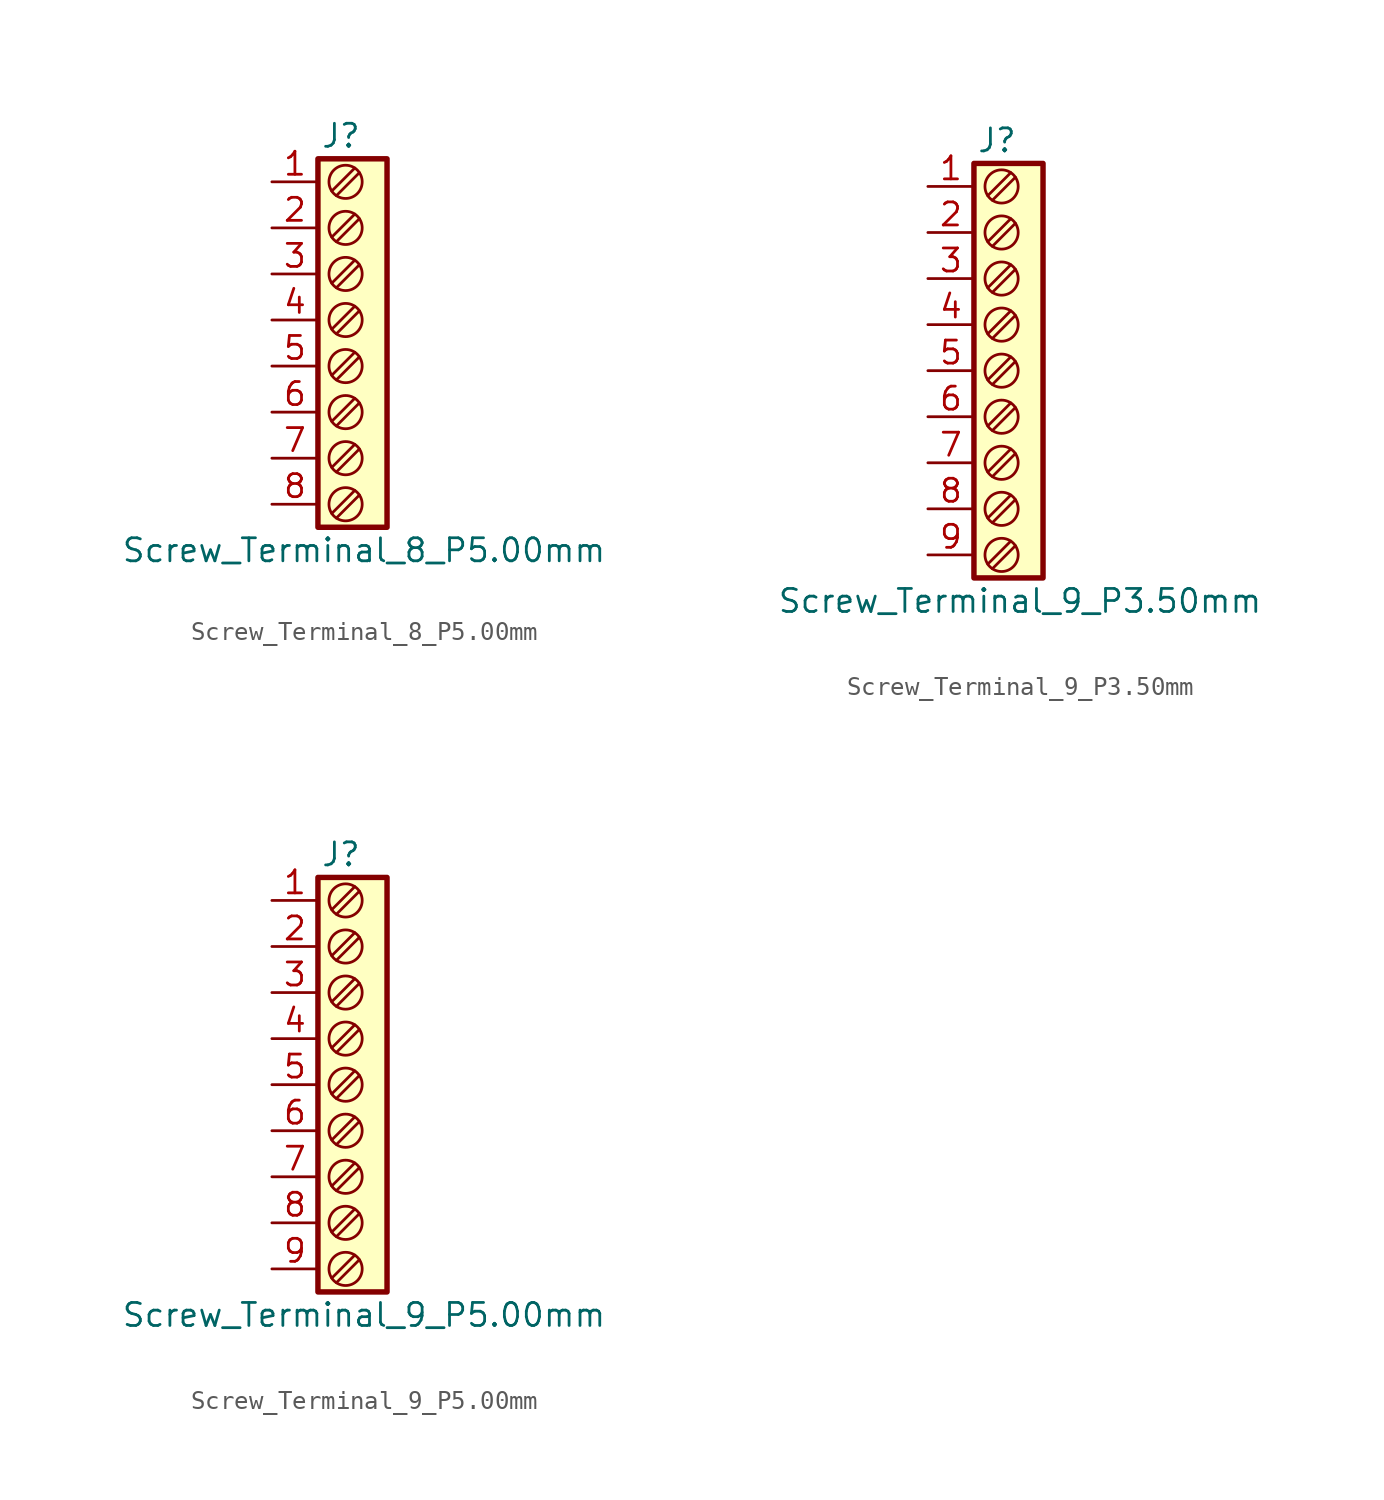
<source format=kicad_sym>
(kicad_symbol_lib
  (version 20220914)
  (generator kicad_symbol_editor)
  (symbol "Screw_Terminal_8_P5.00mm"
    (property "Reference" "J"
      (at 0 11.43 0)
      (effects (font (size 1.27 1.27))))
    (property "Value" "Screw_Terminal_8_P5.00mm"
      (at 1.27 -11.43 0)
      (effects (font (size 1.27 1.27))))
    (symbol "Screw_Terminal_8_P5.00mm_0_1"
      (rectangle (start -1.27 10.16) (end 2.54 -10.16) (stroke (width 0.3) (type default)) (fill (type background)))
      (polyline (pts (xy -0.254 -9.652) (xy 1.016 -8.382)) (stroke (width 0) (type default)) (fill (type none)))
      (polyline (pts (xy -0.254 -7.112) (xy 1.016 -5.842)) (stroke (width 0) (type default)) (fill (type none)))
      (polyline (pts (xy -0.254 -4.572) (xy 1.016 -3.302)) (stroke (width 0) (type default)) (fill (type none)))
      (polyline (pts (xy -0.254 -2.032) (xy 1.016 -0.762)) (stroke (width 0) (type default)) (fill (type none)))
      (polyline (pts (xy -0.254 0.508) (xy 1.016 1.778)) (stroke (width 0) (type default)) (fill (type none)))
      (polyline (pts (xy -0.254 3.048) (xy 1.016 4.318)) (stroke (width 0) (type default)) (fill (type none)))
      (polyline (pts (xy -0.254 5.588) (xy 1.016 6.858)) (stroke (width 0) (type default)) (fill (type none)))
      (polyline (pts (xy -0.254 8.128) (xy 1.016 9.398)) (stroke (width 0) (type default)) (fill (type none)))
      (polyline (pts (xy 0 -8.89) (xy -0.508 -9.398) (xy 0.762 -8.128)) (stroke (width 0) (type default)) (fill (type none)))
      (polyline (pts (xy 0 -6.35) (xy -0.508 -6.858) (xy 0.762 -5.588)) (stroke (width 0) (type default)) (fill (type none)))
      (polyline (pts (xy 0 -3.81) (xy -0.508 -4.318) (xy 0.762 -3.048)) (stroke (width 0) (type default)) (fill (type none)))
      (polyline (pts (xy 0 -1.27) (xy -0.508 -1.778) (xy 0.762 -0.508)) (stroke (width 0) (type default)) (fill (type none)))
      (polyline (pts (xy 0 1.27) (xy -0.508 0.762) (xy 0.762 2.032)) (stroke (width 0) (type default)) (fill (type none)))
      (polyline (pts (xy 0 3.81) (xy -0.508 3.302) (xy 0.762 4.572)) (stroke (width 0) (type default)) (fill (type none)))
      (polyline (pts (xy 0 6.35) (xy -0.508 5.842) (xy 0.762 7.112)) (stroke (width 0) (type default)) (fill (type none)))
      (polyline (pts (xy 0 8.89) (xy -0.508 8.382) (xy 0.762 9.652)) (stroke (width 0) (type default)) (fill (type none)))
      (circle (center 0.254 -8.89) (radius 0.916) (stroke (width 0) (type default)) (fill (type none)))
      (circle (center 0.254 -6.35) (radius 0.916) (stroke (width 0) (type default)) (fill (type none)))
      (circle (center 0.254 -3.81) (radius 0.916) (stroke (width 0) (type default)) (fill (type none)))
      (circle (center 0.254 -1.27) (radius 0.916) (stroke (width 0) (type default)) (fill (type none)))
      (circle (center 0.254 1.27) (radius 0.916) (stroke (width 0) (type default)) (fill (type none)))
      (circle (center 0.254 3.81) (radius 0.916) (stroke (width 0) (type default)) (fill (type none)))
      (circle (center 0.254 6.35) (radius 0.916) (stroke (width 0) (type default)) (fill (type none)))
      (circle (center 0.254 8.89) (radius 0.916) (stroke (width 0) (type default)) (fill (type none))))
    (symbol "Screw_Terminal_8_P5.00mm_1_1"
      (pin passive line (at -3.81 8.89 0) (length 2.54) (name "" (effects (font (size 1.27 1.27)))) (number "1" (effects (font (size 1.27 1.27)))))
      (pin passive line (at -3.81 6.35 0) (length 2.54) (name "" (effects (font (size 1.27 1.27)))) (number "2" (effects (font (size 1.27 1.27)))))
      (pin passive line (at -3.81 3.81 0) (length 2.54) (name "" (effects (font (size 1.27 1.27)))) (number "3" (effects (font (size 1.27 1.27)))))
      (pin passive line (at -3.81 1.27 0) (length 2.54) (name "" (effects (font (size 1.27 1.27)))) (number "4" (effects (font (size 1.27 1.27)))))
      (pin passive line (at -3.81 -1.27 0) (length 2.54) (name "" (effects (font (size 1.27 1.27)))) (number "5" (effects (font (size 1.27 1.27)))))
      (pin passive line (at -3.81 -3.81 0) (length 2.54) (name "" (effects (font (size 1.27 1.27)))) (number "6" (effects (font (size 1.27 1.27)))))
      (pin passive line (at -3.81 -6.35 0) (length 2.54) (name "" (effects (font (size 1.27 1.27)))) (number "7" (effects (font (size 1.27 1.27)))))
      (pin passive line (at -3.81 -8.89 0) (length 2.54) (name "" (effects (font (size 1.27 1.27)))) (number "8" (effects (font (size 1.27 1.27)))))))
  (symbol "Screw_Terminal_9_P3.50mm"
    (property "Reference" "J"
      (at 0 12.7 0)
      (effects (font (size 1.27 1.27))))
    (property "Value" "Screw_Terminal_9_P3.50mm"
      (at 1.27 -12.7 0)
      (effects (font (size 1.27 1.27))))
    (symbol "Screw_Terminal_9_P3.50mm_0_1"
      (rectangle (start -1.27 11.43) (end 2.54 -11.43) (stroke (width 0.3) (type default)) (fill (type background)))
      (polyline (pts (xy -0.254 -10.922) (xy 1.016 -9.652)) (stroke (width 0) (type default)) (fill (type none)))
      (polyline (pts (xy -0.254 -8.382) (xy 1.016 -7.112)) (stroke (width 0) (type default)) (fill (type none)))
      (polyline (pts (xy -0.254 -5.842) (xy 1.016 -4.572)) (stroke (width 0) (type default)) (fill (type none)))
      (polyline (pts (xy -0.254 -3.302) (xy 1.016 -2.032)) (stroke (width 0) (type default)) (fill (type none)))
      (polyline (pts (xy -0.254 -0.762) (xy 1.016 0.508)) (stroke (width 0) (type default)) (fill (type none)))
      (polyline (pts (xy -0.254 1.778) (xy 1.016 3.048)) (stroke (width 0) (type default)) (fill (type none)))
      (polyline (pts (xy -0.254 4.318) (xy 1.016 5.588)) (stroke (width 0) (type default)) (fill (type none)))
      (polyline (pts (xy -0.254 6.858) (xy 1.016 8.128)) (stroke (width 0) (type default)) (fill (type none)))
      (polyline (pts (xy -0.254 9.398) (xy 1.016 10.668)) (stroke (width 0) (type default)) (fill (type none)))
      (polyline (pts (xy 0 -10.16) (xy -0.508 -10.668) (xy 0.762 -9.398)) (stroke (width 0) (type default)) (fill (type none)))
      (polyline (pts (xy 0 -7.62) (xy -0.508 -8.128) (xy 0.762 -6.858)) (stroke (width 0) (type default)) (fill (type none)))
      (polyline (pts (xy 0 -5.08) (xy -0.508 -5.588) (xy 0.762 -4.318)) (stroke (width 0) (type default)) (fill (type none)))
      (polyline (pts (xy 0 -2.54) (xy -0.508 -3.048) (xy 0.762 -1.778)) (stroke (width 0) (type default)) (fill (type none)))
      (polyline (pts (xy 0 0) (xy -0.508 -0.508) (xy 0.762 0.762)) (stroke (width 0) (type default)) (fill (type none)))
      (polyline (pts (xy 0 2.54) (xy -0.508 2.032) (xy 0.762 3.302)) (stroke (width 0) (type default)) (fill (type none)))
      (polyline (pts (xy 0 5.08) (xy -0.508 4.572) (xy 0.762 5.842)) (stroke (width 0) (type default)) (fill (type none)))
      (polyline (pts (xy 0 7.62) (xy -0.508 7.112) (xy 0.762 8.382)) (stroke (width 0) (type default)) (fill (type none)))
      (polyline (pts (xy 0 10.16) (xy -0.508 9.652) (xy 0.762 10.922)) (stroke (width 0) (type default)) (fill (type none)))
      (circle (center 0.254 -10.16) (radius 0.916) (stroke (width 0) (type default)) (fill (type none)))
      (circle (center 0.254 -7.62) (radius 0.916) (stroke (width 0) (type default)) (fill (type none)))
      (circle (center 0.254 -5.08) (radius 0.916) (stroke (width 0) (type default)) (fill (type none)))
      (circle (center 0.254 -2.54) (radius 0.916) (stroke (width 0) (type default)) (fill (type none)))
      (circle (center 0.254 0) (radius 0.916) (stroke (width 0) (type default)) (fill (type none)))
      (circle (center 0.254 2.54) (radius 0.916) (stroke (width 0) (type default)) (fill (type none)))
      (circle (center 0.254 5.08) (radius 0.916) (stroke (width 0) (type default)) (fill (type none)))
      (circle (center 0.254 7.62) (radius 0.916) (stroke (width 0) (type default)) (fill (type none)))
      (circle (center 0.254 10.16) (radius 0.916) (stroke (width 0) (type default)) (fill (type none))))
    (symbol "Screw_Terminal_9_P3.50mm_1_1"
      (pin passive line (at -3.81 10.16 0) (length 2.54) (name "" (effects (font (size 1.27 1.27)))) (number "1" (effects (font (size 1.27 1.27)))))
      (pin passive line (at -3.81 7.62 0) (length 2.54) (name "" (effects (font (size 1.27 1.27)))) (number "2" (effects (font (size 1.27 1.27)))))
      (pin passive line (at -3.81 5.08 0) (length 2.54) (name "" (effects (font (size 1.27 1.27)))) (number "3" (effects (font (size 1.27 1.27)))))
      (pin passive line (at -3.81 2.54 0) (length 2.54) (name "" (effects (font (size 1.27 1.27)))) (number "4" (effects (font (size 1.27 1.27)))))
      (pin passive line (at -3.81 0 0) (length 2.54) (name "" (effects (font (size 1.27 1.27)))) (number "5" (effects (font (size 1.27 1.27)))))
      (pin passive line (at -3.81 -2.54 0) (length 2.54) (name "" (effects (font (size 1.27 1.27)))) (number "6" (effects (font (size 1.27 1.27)))))
      (pin passive line (at -3.81 -5.08 0) (length 2.54) (name "" (effects (font (size 1.27 1.27)))) (number "7" (effects (font (size 1.27 1.27)))))
      (pin passive line (at -3.81 -7.62 0) (length 2.54) (name "" (effects (font (size 1.27 1.27)))) (number "8" (effects (font (size 1.27 1.27)))))
      (pin passive line (at -3.81 -10.16 0) (length 2.54) (name "" (effects (font (size 1.27 1.27)))) (number "9" (effects (font (size 1.27 1.27)))))))
  (symbol "Screw_Terminal_9_P5.00mm"
    (property "Reference" "J"
      (at 0 12.7 0)
      (effects (font (size 1.27 1.27))))
    (property "Value" "Screw_Terminal_9_P5.00mm"
      (at 1.27 -12.7 0)
      (effects (font (size 1.27 1.27))))
    (symbol "Screw_Terminal_9_P5.00mm_0_1"
      (rectangle (start -1.27 11.43) (end 2.54 -11.43) (stroke (width 0.3) (type default)) (fill (type background)))
      (polyline (pts (xy -0.254 -10.922) (xy 1.016 -9.652)) (stroke (width 0) (type default)) (fill (type none)))
      (polyline (pts (xy -0.254 -8.382) (xy 1.016 -7.112)) (stroke (width 0) (type default)) (fill (type none)))
      (polyline (pts (xy -0.254 -5.842) (xy 1.016 -4.572)) (stroke (width 0) (type default)) (fill (type none)))
      (polyline (pts (xy -0.254 -3.302) (xy 1.016 -2.032)) (stroke (width 0) (type default)) (fill (type none)))
      (polyline (pts (xy -0.254 -0.762) (xy 1.016 0.508)) (stroke (width 0) (type default)) (fill (type none)))
      (polyline (pts (xy -0.254 1.778) (xy 1.016 3.048)) (stroke (width 0) (type default)) (fill (type none)))
      (polyline (pts (xy -0.254 4.318) (xy 1.016 5.588)) (stroke (width 0) (type default)) (fill (type none)))
      (polyline (pts (xy -0.254 6.858) (xy 1.016 8.128)) (stroke (width 0) (type default)) (fill (type none)))
      (polyline (pts (xy -0.254 9.398) (xy 1.016 10.668)) (stroke (width 0) (type default)) (fill (type none)))
      (polyline (pts (xy 0 -10.16) (xy -0.508 -10.668) (xy 0.762 -9.398)) (stroke (width 0) (type default)) (fill (type none)))
      (polyline (pts (xy 0 -7.62) (xy -0.508 -8.128) (xy 0.762 -6.858)) (stroke (width 0) (type default)) (fill (type none)))
      (polyline (pts (xy 0 -5.08) (xy -0.508 -5.588) (xy 0.762 -4.318)) (stroke (width 0) (type default)) (fill (type none)))
      (polyline (pts (xy 0 -2.54) (xy -0.508 -3.048) (xy 0.762 -1.778)) (stroke (width 0) (type default)) (fill (type none)))
      (polyline (pts (xy 0 0) (xy -0.508 -0.508) (xy 0.762 0.762)) (stroke (width 0) (type default)) (fill (type none)))
      (polyline (pts (xy 0 2.54) (xy -0.508 2.032) (xy 0.762 3.302)) (stroke (width 0) (type default)) (fill (type none)))
      (polyline (pts (xy 0 5.08) (xy -0.508 4.572) (xy 0.762 5.842)) (stroke (width 0) (type default)) (fill (type none)))
      (polyline (pts (xy 0 7.62) (xy -0.508 7.112) (xy 0.762 8.382)) (stroke (width 0) (type default)) (fill (type none)))
      (polyline (pts (xy 0 10.16) (xy -0.508 9.652) (xy 0.762 10.922)) (stroke (width 0) (type default)) (fill (type none)))
      (circle (center 0.254 -10.16) (radius 0.916) (stroke (width 0) (type default)) (fill (type none)))
      (circle (center 0.254 -7.62) (radius 0.916) (stroke (width 0) (type default)) (fill (type none)))
      (circle (center 0.254 -5.08) (radius 0.916) (stroke (width 0) (type default)) (fill (type none)))
      (circle (center 0.254 -2.54) (radius 0.916) (stroke (width 0) (type default)) (fill (type none)))
      (circle (center 0.254 0) (radius 0.916) (stroke (width 0) (type default)) (fill (type none)))
      (circle (center 0.254 2.54) (radius 0.916) (stroke (width 0) (type default)) (fill (type none)))
      (circle (center 0.254 5.08) (radius 0.916) (stroke (width 0) (type default)) (fill (type none)))
      (circle (center 0.254 7.62) (radius 0.916) (stroke (width 0) (type default)) (fill (type none)))
      (circle (center 0.254 10.16) (radius 0.916) (stroke (width 0) (type default)) (fill (type none))))
    (symbol "Screw_Terminal_9_P5.00mm_1_1"
      (pin passive line (at -3.81 10.16 0) (length 2.54) (name "" (effects (font (size 1.27 1.27)))) (number "1" (effects (font (size 1.27 1.27)))))
      (pin passive line (at -3.81 7.62 0) (length 2.54) (name "" (effects (font (size 1.27 1.27)))) (number "2" (effects (font (size 1.27 1.27)))))
      (pin passive line (at -3.81 5.08 0) (length 2.54) (name "" (effects (font (size 1.27 1.27)))) (number "3" (effects (font (size 1.27 1.27)))))
      (pin passive line (at -3.81 2.54 0) (length 2.54) (name "" (effects (font (size 1.27 1.27)))) (number "4" (effects (font (size 1.27 1.27)))))
      (pin passive line (at -3.81 0 0) (length 2.54) (name "" (effects (font (size 1.27 1.27)))) (number "5" (effects (font (size 1.27 1.27)))))
      (pin passive line (at -3.81 -2.54 0) (length 2.54) (name "" (effects (font (size 1.27 1.27)))) (number "6" (effects (font (size 1.27 1.27)))))
      (pin passive line (at -3.81 -5.08 0) (length 2.54) (name "" (effects (font (size 1.27 1.27)))) (number "7" (effects (font (size 1.27 1.27)))))
      (pin passive line (at -3.81 -7.62 0) (length 2.54) (name "" (effects (font (size 1.27 1.27)))) (number "8" (effects (font (size 1.27 1.27)))))
      (pin passive line (at -3.81 -10.16 0) (length 2.54) (name "" (effects (font (size 1.27 1.27)))) (number "9" (effects (font (size 1.27 1.27))))))))
</source>
